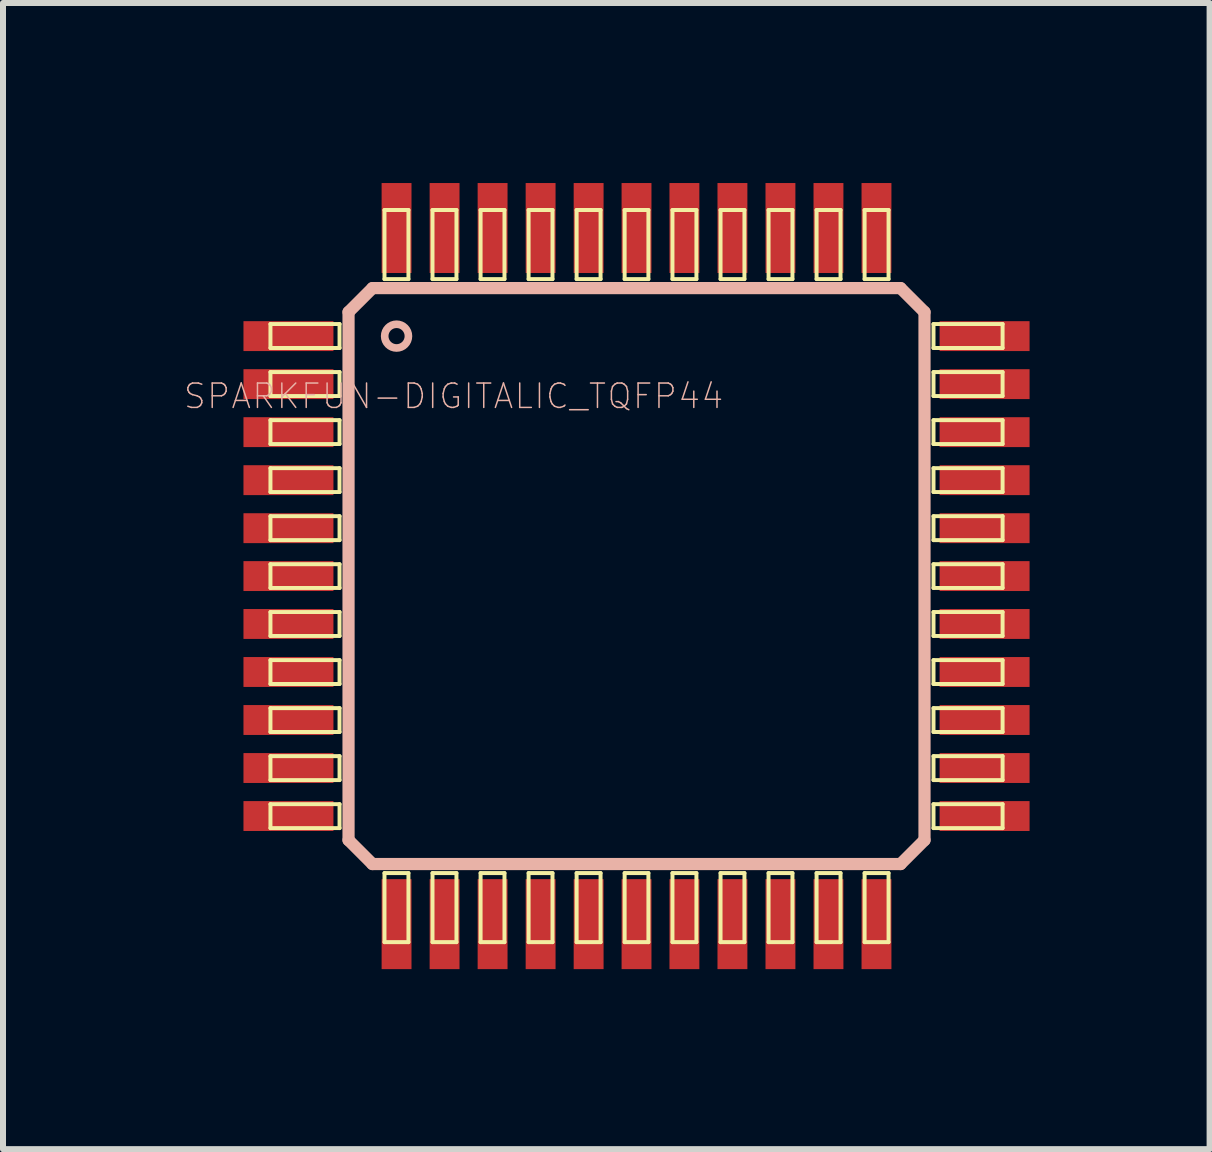
<source format=kicad_pcb>
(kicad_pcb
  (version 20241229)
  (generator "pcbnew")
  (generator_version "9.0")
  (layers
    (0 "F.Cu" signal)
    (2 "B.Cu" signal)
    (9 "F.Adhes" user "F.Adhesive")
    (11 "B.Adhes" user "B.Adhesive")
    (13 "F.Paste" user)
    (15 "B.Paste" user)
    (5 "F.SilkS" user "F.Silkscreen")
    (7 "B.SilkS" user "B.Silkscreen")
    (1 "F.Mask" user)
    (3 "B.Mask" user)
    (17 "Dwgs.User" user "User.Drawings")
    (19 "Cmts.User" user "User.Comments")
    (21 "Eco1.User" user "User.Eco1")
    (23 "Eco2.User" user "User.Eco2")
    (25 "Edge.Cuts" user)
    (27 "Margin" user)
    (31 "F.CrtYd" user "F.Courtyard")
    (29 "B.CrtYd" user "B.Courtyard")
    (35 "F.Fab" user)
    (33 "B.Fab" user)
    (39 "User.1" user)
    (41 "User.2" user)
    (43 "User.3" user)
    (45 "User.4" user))
  (footprint "SPARKFUN-DIGITALIC_TQFP44"
    (layer "F.Cu")
    (at 7.555 6.548)
    (property "Reference" "SPARKFUN-DIGITALIC_TQFP44" (at -3.048 -2.997 0) (layer "B.SilkS") (effects (font (size 0.406 0.406) (thickness 0.025))))
    (attr smd)
    (fp_line (start -6.099 -4.199) (end -4.948 -4.199) (stroke (width 0.066) (type solid)) (layer "F.SilkS"))
    (fp_line (start -6.099 -3.8) (end -6.099 -4.199) (stroke (width 0.066) (type solid)) (layer "F.SilkS"))
    (fp_line (start -6.099 -3.8) (end -4.948 -3.8) (stroke (width 0.066) (type solid)) (layer "F.SilkS"))
    (fp_line (start -6.099 -3.399) (end -4.948 -3.399) (stroke (width 0.066) (type solid)) (layer "F.SilkS"))
    (fp_line (start -6.099 -3) (end -6.099 -3.399) (stroke (width 0.066) (type solid)) (layer "F.SilkS"))
    (fp_line (start -6.099 -3) (end -4.948 -3) (stroke (width 0.066) (type solid)) (layer "F.SilkS"))
    (fp_line (start -6.099 -2.598) (end -4.948 -2.598) (stroke (width 0.066) (type solid)) (layer "F.SilkS"))
    (fp_line (start -6.099 -2.2) (end -6.099 -2.598) (stroke (width 0.066) (type solid)) (layer "F.SilkS"))
    (fp_line (start -6.099 -2.2) (end -4.948 -2.2) (stroke (width 0.066) (type solid)) (layer "F.SilkS"))
    (fp_line (start -6.099 -1.798) (end -4.948 -1.798) (stroke (width 0.066) (type solid)) (layer "F.SilkS"))
    (fp_line (start -6.099 -1.4) (end -6.099 -1.798) (stroke (width 0.066) (type solid)) (layer "F.SilkS"))
    (fp_line (start -6.099 -1.4) (end -4.948 -1.4) (stroke (width 0.066) (type solid)) (layer "F.SilkS"))
    (fp_line (start -6.099 -0.998) (end -4.948 -0.998) (stroke (width 0.066) (type solid)) (layer "F.SilkS"))
    (fp_line (start -6.099 -0.599) (end -6.099 -0.998) (stroke (width 0.066) (type solid)) (layer "F.SilkS"))
    (fp_line (start -6.099 -0.599) (end -4.948 -0.599) (stroke (width 0.066) (type solid)) (layer "F.SilkS"))
    (fp_line (start -6.099 -0.198) (end -4.948 -0.198) (stroke (width 0.066) (type solid)) (layer "F.SilkS"))
    (fp_line (start -6.099 0.198) (end -6.099 -0.198) (stroke (width 0.066) (type solid)) (layer "F.SilkS"))
    (fp_line (start -6.099 0.198) (end -4.948 0.198) (stroke (width 0.066) (type solid)) (layer "F.SilkS"))
    (fp_line (start -6.099 0.599) (end -4.948 0.599) (stroke (width 0.066) (type solid)) (layer "F.SilkS"))
    (fp_line (start -6.099 0.998) (end -6.099 0.599) (stroke (width 0.066) (type solid)) (layer "F.SilkS"))
    (fp_line (start -6.099 0.998) (end -4.948 0.998) (stroke (width 0.066) (type solid)) (layer "F.SilkS"))
    (fp_line (start -6.099 1.4) (end -4.948 1.4) (stroke (width 0.066) (type solid)) (layer "F.SilkS"))
    (fp_line (start -6.099 1.798) (end -6.099 1.4) (stroke (width 0.066) (type solid)) (layer "F.SilkS"))
    (fp_line (start -6.099 1.798) (end -4.948 1.798) (stroke (width 0.066) (type solid)) (layer "F.SilkS"))
    (fp_line (start -6.099 2.2) (end -4.948 2.2) (stroke (width 0.066) (type solid)) (layer "F.SilkS"))
    (fp_line (start -6.099 2.598) (end -6.099 2.2) (stroke (width 0.066) (type solid)) (layer "F.SilkS"))
    (fp_line (start -6.099 2.598) (end -4.948 2.598) (stroke (width 0.066) (type solid)) (layer "F.SilkS"))
    (fp_line (start -6.099 3) (end -4.948 3) (stroke (width 0.066) (type solid)) (layer "F.SilkS"))
    (fp_line (start -6.099 3.399) (end -6.099 3) (stroke (width 0.066) (type solid)) (layer "F.SilkS"))
    (fp_line (start -6.099 3.399) (end -4.948 3.399) (stroke (width 0.066) (type solid)) (layer "F.SilkS"))
    (fp_line (start -6.099 3.8) (end -4.948 3.8) (stroke (width 0.066) (type solid)) (layer "F.SilkS"))
    (fp_line (start -6.099 4.199) (end -6.099 3.8) (stroke (width 0.066) (type solid)) (layer "F.SilkS"))
    (fp_line (start -6.099 4.199) (end -4.948 4.199) (stroke (width 0.066) (type solid)) (layer "F.SilkS"))
    (fp_line (start -4.948 -3.8) (end -4.948 -4.199) (stroke (width 0.066) (type solid)) (layer "F.SilkS"))
    (fp_line (start -4.948 -3) (end -4.948 -3.399) (stroke (width 0.066) (type solid)) (layer "F.SilkS"))
    (fp_line (start -4.948 -2.2) (end -4.948 -2.598) (stroke (width 0.066) (type solid)) (layer "F.SilkS"))
    (fp_line (start -4.948 -1.4) (end -4.948 -1.798) (stroke (width 0.066) (type solid)) (layer "F.SilkS"))
    (fp_line (start -4.948 -0.599) (end -4.948 -0.998) (stroke (width 0.066) (type solid)) (layer "F.SilkS"))
    (fp_line (start -4.948 0.198) (end -4.948 -0.198) (stroke (width 0.066) (type solid)) (layer "F.SilkS"))
    (fp_line (start -4.948 0.998) (end -4.948 0.599) (stroke (width 0.066) (type solid)) (layer "F.SilkS"))
    (fp_line (start -4.948 1.798) (end -4.948 1.4) (stroke (width 0.066) (type solid)) (layer "F.SilkS"))
    (fp_line (start -4.948 2.598) (end -4.948 2.2) (stroke (width 0.066) (type solid)) (layer "F.SilkS"))
    (fp_line (start -4.948 3.399) (end -4.948 3) (stroke (width 0.066) (type solid)) (layer "F.SilkS"))
    (fp_line (start -4.948 4.199) (end -4.948 3.8) (stroke (width 0.066) (type solid)) (layer "F.SilkS"))
    (fp_line (start -4.199 -6.099) (end -3.8 -6.099) (stroke (width 0.066) (type solid)) (layer "F.SilkS"))
    (fp_line (start -4.199 -4.948) (end -4.199 -6.099) (stroke (width 0.066) (type solid)) (layer "F.SilkS"))
    (fp_line (start -4.199 -4.948) (end -3.8 -4.948) (stroke (width 0.066) (type solid)) (layer "F.SilkS"))
    (fp_line (start -4.199 4.948) (end -3.8 4.948) (stroke (width 0.066) (type solid)) (layer "F.SilkS"))
    (fp_line (start -4.199 6.099) (end -4.199 4.948) (stroke (width 0.066) (type solid)) (layer "F.SilkS"))
    (fp_line (start -4.199 6.099) (end -3.8 6.099) (stroke (width 0.066) (type solid)) (layer "F.SilkS"))
    (fp_line (start -3.8 -4.948) (end -3.8 -6.099) (stroke (width 0.066) (type solid)) (layer "F.SilkS"))
    (fp_line (start -3.8 6.099) (end -3.8 4.948) (stroke (width 0.066) (type solid)) (layer "F.SilkS"))
    (fp_line (start -3.399 -6.099) (end -3 -6.099) (stroke (width 0.066) (type solid)) (layer "F.SilkS"))
    (fp_line (start -3.399 -4.948) (end -3.399 -6.099) (stroke (width 0.066) (type solid)) (layer "F.SilkS"))
    (fp_line (start -3.399 -4.948) (end -3 -4.948) (stroke (width 0.066) (type solid)) (layer "F.SilkS"))
    (fp_line (start -3.399 4.948) (end -3 4.948) (stroke (width 0.066) (type solid)) (layer "F.SilkS"))
    (fp_line (start -3.399 6.099) (end -3.399 4.948) (stroke (width 0.066) (type solid)) (layer "F.SilkS"))
    (fp_line (start -3.399 6.099) (end -3 6.099) (stroke (width 0.066) (type solid)) (layer "F.SilkS"))
    (fp_line (start -3 -4.948) (end -3 -6.099) (stroke (width 0.066) (type solid)) (layer "F.SilkS"))
    (fp_line (start -3 6.099) (end -3 4.948) (stroke (width 0.066) (type solid)) (layer "F.SilkS"))
    (fp_line (start -2.598 -6.099) (end -2.2 -6.099) (stroke (width 0.066) (type solid)) (layer "F.SilkS"))
    (fp_line (start -2.598 -4.948) (end -2.598 -6.099) (stroke (width 0.066) (type solid)) (layer "F.SilkS"))
    (fp_line (start -2.598 -4.948) (end -2.2 -4.948) (stroke (width 0.066) (type solid)) (layer "F.SilkS"))
    (fp_line (start -2.598 4.948) (end -2.2 4.948) (stroke (width 0.066) (type solid)) (layer "F.SilkS"))
    (fp_line (start -2.598 6.099) (end -2.598 4.948) (stroke (width 0.066) (type solid)) (layer "F.SilkS"))
    (fp_line (start -2.598 6.099) (end -2.2 6.099) (stroke (width 0.066) (type solid)) (layer "F.SilkS"))
    (fp_line (start -2.2 -4.948) (end -2.2 -6.099) (stroke (width 0.066) (type solid)) (layer "F.SilkS"))
    (fp_line (start -2.2 6.099) (end -2.2 4.948) (stroke (width 0.066) (type solid)) (layer "F.SilkS"))
    (fp_line (start -1.798 -6.099) (end -1.4 -6.099) (stroke (width 0.066) (type solid)) (layer "F.SilkS"))
    (fp_line (start -1.798 -4.948) (end -1.798 -6.099) (stroke (width 0.066) (type solid)) (layer "F.SilkS"))
    (fp_line (start -1.798 -4.948) (end -1.4 -4.948) (stroke (width 0.066) (type solid)) (layer "F.SilkS"))
    (fp_line (start -1.798 4.948) (end -1.4 4.948) (stroke (width 0.066) (type solid)) (layer "F.SilkS"))
    (fp_line (start -1.798 6.099) (end -1.798 4.948) (stroke (width 0.066) (type solid)) (layer "F.SilkS"))
    (fp_line (start -1.798 6.099) (end -1.4 6.099) (stroke (width 0.066) (type solid)) (layer "F.SilkS"))
    (fp_line (start -1.4 -4.948) (end -1.4 -6.099) (stroke (width 0.066) (type solid)) (layer "F.SilkS"))
    (fp_line (start -1.4 6.099) (end -1.4 4.948) (stroke (width 0.066) (type solid)) (layer "F.SilkS"))
    (fp_line (start -0.998 -6.099) (end -0.599 -6.099) (stroke (width 0.066) (type solid)) (layer "F.SilkS"))
    (fp_line (start -0.998 -4.948) (end -0.998 -6.099) (stroke (width 0.066) (type solid)) (layer "F.SilkS"))
    (fp_line (start -0.998 -4.948) (end -0.599 -4.948) (stroke (width 0.066) (type solid)) (layer "F.SilkS"))
    (fp_line (start -0.998 4.948) (end -0.599 4.948) (stroke (width 0.066) (type solid)) (layer "F.SilkS"))
    (fp_line (start -0.998 6.099) (end -0.998 4.948) (stroke (width 0.066) (type solid)) (layer "F.SilkS"))
    (fp_line (start -0.998 6.099) (end -0.599 6.099) (stroke (width 0.066) (type solid)) (layer "F.SilkS"))
    (fp_line (start -0.599 -4.948) (end -0.599 -6.099) (stroke (width 0.066) (type solid)) (layer "F.SilkS"))
    (fp_line (start -0.599 6.099) (end -0.599 4.948) (stroke (width 0.066) (type solid)) (layer "F.SilkS"))
    (fp_line (start -0.198 -6.099) (end 0.198 -6.099) (stroke (width 0.066) (type solid)) (layer "F.SilkS"))
    (fp_line (start -0.198 -4.948) (end -0.198 -6.099) (stroke (width 0.066) (type solid)) (layer "F.SilkS"))
    (fp_line (start -0.198 -4.948) (end 0.198 -4.948) (stroke (width 0.066) (type solid)) (layer "F.SilkS"))
    (fp_line (start -0.198 4.948) (end 0.198 4.948) (stroke (width 0.066) (type solid)) (layer "F.SilkS"))
    (fp_line (start -0.198 6.099) (end -0.198 4.948) (stroke (width 0.066) (type solid)) (layer "F.SilkS"))
    (fp_line (start -0.198 6.099) (end 0.198 6.099) (stroke (width 0.066) (type solid)) (layer "F.SilkS"))
    (fp_line (start 0.198 -4.948) (end 0.198 -6.099) (stroke (width 0.066) (type solid)) (layer "F.SilkS"))
    (fp_line (start 0.198 6.099) (end 0.198 4.948) (stroke (width 0.066) (type solid)) (layer "F.SilkS"))
    (fp_line (start 0.599 -6.099) (end 0.998 -6.099) (stroke (width 0.066) (type solid)) (layer "F.SilkS"))
    (fp_line (start 0.599 -4.948) (end 0.599 -6.099) (stroke (width 0.066) (type solid)) (layer "F.SilkS"))
    (fp_line (start 0.599 -4.948) (end 0.998 -4.948) (stroke (width 0.066) (type solid)) (layer "F.SilkS"))
    (fp_line (start 0.599 4.948) (end 0.998 4.948) (stroke (width 0.066) (type solid)) (layer "F.SilkS"))
    (fp_line (start 0.599 6.099) (end 0.599 4.948) (stroke (width 0.066) (type solid)) (layer "F.SilkS"))
    (fp_line (start 0.599 6.099) (end 0.998 6.099) (stroke (width 0.066) (type solid)) (layer "F.SilkS"))
    (fp_line (start 0.998 -4.948) (end 0.998 -6.099) (stroke (width 0.066) (type solid)) (layer "F.SilkS"))
    (fp_line (start 0.998 6.099) (end 0.998 4.948) (stroke (width 0.066) (type solid)) (layer "F.SilkS"))
    (fp_line (start 1.4 -6.099) (end 1.798 -6.099) (stroke (width 0.066) (type solid)) (layer "F.SilkS"))
    (fp_line (start 1.4 -4.948) (end 1.4 -6.099) (stroke (width 0.066) (type solid)) (layer "F.SilkS"))
    (fp_line (start 1.4 -4.948) (end 1.798 -4.948) (stroke (width 0.066) (type solid)) (layer "F.SilkS"))
    (fp_line (start 1.4 4.948) (end 1.798 4.948) (stroke (width 0.066) (type solid)) (layer "F.SilkS"))
    (fp_line (start 1.4 6.099) (end 1.4 4.948) (stroke (width 0.066) (type solid)) (layer "F.SilkS"))
    (fp_line (start 1.4 6.099) (end 1.798 6.099) (stroke (width 0.066) (type solid)) (layer "F.SilkS"))
    (fp_line (start 1.798 -4.948) (end 1.798 -6.099) (stroke (width 0.066) (type solid)) (layer "F.SilkS"))
    (fp_line (start 1.798 6.099) (end 1.798 4.948) (stroke (width 0.066) (type solid)) (layer "F.SilkS"))
    (fp_line (start 2.2 -6.099) (end 2.598 -6.099) (stroke (width 0.066) (type solid)) (layer "F.SilkS"))
    (fp_line (start 2.2 -4.948) (end 2.2 -6.099) (stroke (width 0.066) (type solid)) (layer "F.SilkS"))
    (fp_line (start 2.2 -4.948) (end 2.598 -4.948) (stroke (width 0.066) (type solid)) (layer "F.SilkS"))
    (fp_line (start 2.2 4.948) (end 2.598 4.948) (stroke (width 0.066) (type solid)) (layer "F.SilkS"))
    (fp_line (start 2.2 6.099) (end 2.2 4.948) (stroke (width 0.066) (type solid)) (layer "F.SilkS"))
    (fp_line (start 2.2 6.099) (end 2.598 6.099) (stroke (width 0.066) (type solid)) (layer "F.SilkS"))
    (fp_line (start 2.598 -4.948) (end 2.598 -6.099) (stroke (width 0.066) (type solid)) (layer "F.SilkS"))
    (fp_line (start 2.598 6.099) (end 2.598 4.948) (stroke (width 0.066) (type solid)) (layer "F.SilkS"))
    (fp_line (start 3 -6.099) (end 3.399 -6.099) (stroke (width 0.066) (type solid)) (layer "F.SilkS"))
    (fp_line (start 3 -4.948) (end 3 -6.099) (stroke (width 0.066) (type solid)) (layer "F.SilkS"))
    (fp_line (start 3 -4.948) (end 3.399 -4.948) (stroke (width 0.066) (type solid)) (layer "F.SilkS"))
    (fp_line (start 3 4.948) (end 3.399 4.948) (stroke (width 0.066) (type solid)) (layer "F.SilkS"))
    (fp_line (start 3 6.099) (end 3 4.948) (stroke (width 0.066) (type solid)) (layer "F.SilkS"))
    (fp_line (start 3 6.099) (end 3.399 6.099) (stroke (width 0.066) (type solid)) (layer "F.SilkS"))
    (fp_line (start 3.399 -4.948) (end 3.399 -6.099) (stroke (width 0.066) (type solid)) (layer "F.SilkS"))
    (fp_line (start 3.399 6.099) (end 3.399 4.948) (stroke (width 0.066) (type solid)) (layer "F.SilkS"))
    (fp_line (start 3.8 -6.099) (end 4.199 -6.099) (stroke (width 0.066) (type solid)) (layer "F.SilkS"))
    (fp_line (start 3.8 -4.948) (end 3.8 -6.099) (stroke (width 0.066) (type solid)) (layer "F.SilkS"))
    (fp_line (start 3.8 -4.948) (end 4.199 -4.948) (stroke (width 0.066) (type solid)) (layer "F.SilkS"))
    (fp_line (start 3.8 4.948) (end 4.199 4.948) (stroke (width 0.066) (type solid)) (layer "F.SilkS"))
    (fp_line (start 3.8 6.099) (end 3.8 4.948) (stroke (width 0.066) (type solid)) (layer "F.SilkS"))
    (fp_line (start 3.8 6.099) (end 4.199 6.099) (stroke (width 0.066) (type solid)) (layer "F.SilkS"))
    (fp_line (start 4.199 -4.948) (end 4.199 -6.099) (stroke (width 0.066) (type solid)) (layer "F.SilkS"))
    (fp_line (start 4.199 6.099) (end 4.199 4.948) (stroke (width 0.066) (type solid)) (layer "F.SilkS"))
    (fp_line (start 4.948 -4.199) (end 6.099 -4.199) (stroke (width 0.066) (type solid)) (layer "F.SilkS"))
    (fp_line (start 4.948 -3.8) (end 4.948 -4.199) (stroke (width 0.066) (type solid)) (layer "F.SilkS"))
    (fp_line (start 4.948 -3.8) (end 6.099 -3.8) (stroke (width 0.066) (type solid)) (layer "F.SilkS"))
    (fp_line (start 4.948 -3.399) (end 6.099 -3.399) (stroke (width 0.066) (type solid)) (layer "F.SilkS"))
    (fp_line (start 4.948 -3) (end 4.948 -3.399) (stroke (width 0.066) (type solid)) (layer "F.SilkS"))
    (fp_line (start 4.948 -3) (end 6.099 -3) (stroke (width 0.066) (type solid)) (layer "F.SilkS"))
    (fp_line (start 4.948 -2.598) (end 6.099 -2.598) (stroke (width 0.066) (type solid)) (layer "F.SilkS"))
    (fp_line (start 4.948 -2.2) (end 4.948 -2.598) (stroke (width 0.066) (type solid)) (layer "F.SilkS"))
    (fp_line (start 4.948 -2.2) (end 6.099 -2.2) (stroke (width 0.066) (type solid)) (layer "F.SilkS"))
    (fp_line (start 4.948 -1.798) (end 6.099 -1.798) (stroke (width 0.066) (type solid)) (layer "F.SilkS"))
    (fp_line (start 4.948 -1.4) (end 4.948 -1.798) (stroke (width 0.066) (type solid)) (layer "F.SilkS"))
    (fp_line (start 4.948 -1.4) (end 6.099 -1.4) (stroke (width 0.066) (type solid)) (layer "F.SilkS"))
    (fp_line (start 4.948 -0.998) (end 6.099 -0.998) (stroke (width 0.066) (type solid)) (layer "F.SilkS"))
    (fp_line (start 4.948 -0.599) (end 4.948 -0.998) (stroke (width 0.066) (type solid)) (layer "F.SilkS"))
    (fp_line (start 4.948 -0.599) (end 6.099 -0.599) (stroke (width 0.066) (type solid)) (layer "F.SilkS"))
    (fp_line (start 4.948 -0.198) (end 6.099 -0.198) (stroke (width 0.066) (type solid)) (layer "F.SilkS"))
    (fp_line (start 4.948 0.198) (end 4.948 -0.198) (stroke (width 0.066) (type solid)) (layer "F.SilkS"))
    (fp_line (start 4.948 0.198) (end 6.099 0.198) (stroke (width 0.066) (type solid)) (layer "F.SilkS"))
    (fp_line (start 4.948 0.599) (end 6.099 0.599) (stroke (width 0.066) (type solid)) (layer "F.SilkS"))
    (fp_line (start 4.948 0.998) (end 4.948 0.599) (stroke (width 0.066) (type solid)) (layer "F.SilkS"))
    (fp_line (start 4.948 0.998) (end 6.099 0.998) (stroke (width 0.066) (type solid)) (layer "F.SilkS"))
    (fp_line (start 4.948 1.4) (end 6.099 1.4) (stroke (width 0.066) (type solid)) (layer "F.SilkS"))
    (fp_line (start 4.948 1.798) (end 4.948 1.4) (stroke (width 0.066) (type solid)) (layer "F.SilkS"))
    (fp_line (start 4.948 1.798) (end 6.099 1.798) (stroke (width 0.066) (type solid)) (layer "F.SilkS"))
    (fp_line (start 4.948 2.2) (end 6.099 2.2) (stroke (width 0.066) (type solid)) (layer "F.SilkS"))
    (fp_line (start 4.948 2.598) (end 4.948 2.2) (stroke (width 0.066) (type solid)) (layer "F.SilkS"))
    (fp_line (start 4.948 2.598) (end 6.099 2.598) (stroke (width 0.066) (type solid)) (layer "F.SilkS"))
    (fp_line (start 4.948 3) (end 6.099 3) (stroke (width 0.066) (type solid)) (layer "F.SilkS"))
    (fp_line (start 4.948 3.399) (end 4.948 3) (stroke (width 0.066) (type solid)) (layer "F.SilkS"))
    (fp_line (start 4.948 3.399) (end 6.099 3.399) (stroke (width 0.066) (type solid)) (layer "F.SilkS"))
    (fp_line (start 4.948 3.8) (end 6.099 3.8) (stroke (width 0.066) (type solid)) (layer "F.SilkS"))
    (fp_line (start 4.948 4.199) (end 4.948 3.8) (stroke (width 0.066) (type solid)) (layer "F.SilkS"))
    (fp_line (start 4.948 4.199) (end 6.099 4.199) (stroke (width 0.066) (type solid)) (layer "F.SilkS"))
    (fp_line (start 6.099 -3.8) (end 6.099 -4.199) (stroke (width 0.066) (type solid)) (layer "F.SilkS"))
    (fp_line (start 6.099 -3) (end 6.099 -3.399) (stroke (width 0.066) (type solid)) (layer "F.SilkS"))
    (fp_line (start 6.099 -2.2) (end 6.099 -2.598) (stroke (width 0.066) (type solid)) (layer "F.SilkS"))
    (fp_line (start 6.099 -1.4) (end 6.099 -1.798) (stroke (width 0.066) (type solid)) (layer "F.SilkS"))
    (fp_line (start 6.099 -0.599) (end 6.099 -0.998) (stroke (width 0.066) (type solid)) (layer "F.SilkS"))
    (fp_line (start 6.099 0.198) (end 6.099 -0.198) (stroke (width 0.066) (type solid)) (layer "F.SilkS"))
    (fp_line (start 6.099 0.998) (end 6.099 0.599) (stroke (width 0.066) (type solid)) (layer "F.SilkS"))
    (fp_line (start 6.099 1.798) (end 6.099 1.4) (stroke (width 0.066) (type solid)) (layer "F.SilkS"))
    (fp_line (start 6.099 2.598) (end 6.099 2.2) (stroke (width 0.066) (type solid)) (layer "F.SilkS"))
    (fp_line (start 6.099 3.399) (end 6.099 3) (stroke (width 0.066) (type solid)) (layer "F.SilkS"))
    (fp_line (start 6.099 4.199) (end 6.099 3.8) (stroke (width 0.066) (type solid)) (layer "F.SilkS"))
    (fp_line (start -4.798 -4.399) (end -4.399 -4.798) (stroke (width 0.203) (type solid)) (layer "B.SilkS"))
    (fp_line (start -4.798 4.399) (end -4.798 -4.399) (stroke (width 0.203) (type solid)) (layer "B.SilkS"))
    (fp_line (start -4.399 -4.798) (end 4.399 -4.798) (stroke (width 0.203) (type solid)) (layer "B.SilkS"))
    (fp_line (start -4.399 4.798) (end -4.798 4.399) (stroke (width 0.203) (type solid)) (layer "B.SilkS"))
    (fp_line (start 4.399 -4.798) (end 4.798 -4.399) (stroke (width 0.203) (type solid)) (layer "B.SilkS"))
    (fp_line (start 4.399 4.798) (end -4.399 4.798) (stroke (width 0.203) (type solid)) (layer "B.SilkS"))
    (fp_line (start 4.798 -4.399) (end 4.798 4.399) (stroke (width 0.203) (type solid)) (layer "B.SilkS"))
    (fp_line (start 4.798 4.399) (end 4.399 4.798) (stroke (width 0.203) (type solid)) (layer "B.SilkS"))
    (fp_circle (center -3.998 -3.998) (end -4.138 -4.138) (stroke (width 0.127) (type solid)) (fill no) (layer "B.SilkS"))
    (pad "1" smd rect (at -5.799 -3.998) (size 1.499 0.498) (layers "F.Cu" "F.Mask" "F.Paste"))
    (pad "2" smd rect (at -5.799 -3.198) (size 1.499 0.498) (layers "F.Cu" "F.Mask" "F.Paste"))
    (pad "3" smd rect (at -5.799 -2.398) (size 1.499 0.498) (layers "F.Cu" "F.Mask" "F.Paste"))
    (pad "4" smd rect (at -5.799 -1.598) (size 1.499 0.498) (layers "F.Cu" "F.Mask" "F.Paste"))
    (pad "5" smd rect (at -5.799 -0.798) (size 1.499 0.498) (layers "F.Cu" "F.Mask" "F.Paste"))
    (pad "6" smd rect (at -5.799 0) (size 1.499 0.498) (layers "F.Cu" "F.Mask" "F.Paste"))
    (pad "7" smd rect (at -5.799 0.798) (size 1.499 0.498) (layers "F.Cu" "F.Mask" "F.Paste"))
    (pad "8" smd rect (at -5.799 1.598) (size 1.499 0.498) (layers "F.Cu" "F.Mask" "F.Paste"))
    (pad "9" smd rect (at -5.799 2.398) (size 1.499 0.498) (layers "F.Cu" "F.Mask" "F.Paste"))
    (pad "10" smd rect (at -5.799 3.198) (size 1.499 0.498) (layers "F.Cu" "F.Mask" "F.Paste"))
    (pad "11" smd rect (at -5.799 3.998) (size 1.499 0.498) (layers "F.Cu" "F.Mask" "F.Paste"))
    (pad "12" smd rect (at -3.998 5.799) (size 0.498 1.499) (layers "F.Cu" "F.Mask" "F.Paste"))
    (pad "13" smd rect (at -3.198 5.799) (size 0.498 1.499) (layers "F.Cu" "F.Mask" "F.Paste"))
    (pad "14" smd rect (at -2.398 5.799) (size 0.498 1.499) (layers "F.Cu" "F.Mask" "F.Paste"))
    (pad "15" smd rect (at -1.598 5.799) (size 0.498 1.499) (layers "F.Cu" "F.Mask" "F.Paste"))
    (pad "16" smd rect (at -0.798 5.799) (size 0.498 1.499) (layers "F.Cu" "F.Mask" "F.Paste"))
    (pad "17" smd rect (at 0 5.799) (size 0.498 1.499) (layers "F.Cu" "F.Mask" "F.Paste"))
    (pad "18" smd rect (at 0.798 5.799) (size 0.498 1.499) (layers "F.Cu" "F.Mask" "F.Paste"))
    (pad "19" smd rect (at 1.598 5.799) (size 0.498 1.499) (layers "F.Cu" "F.Mask" "F.Paste"))
    (pad "20" smd rect (at 2.398 5.799) (size 0.498 1.499) (layers "F.Cu" "F.Mask" "F.Paste"))
    (pad "21" smd rect (at 3.198 5.799) (size 0.498 1.499) (layers "F.Cu" "F.Mask" "F.Paste"))
    (pad "22" smd rect (at 3.998 5.799) (size 0.498 1.499) (layers "F.Cu" "F.Mask" "F.Paste"))
    (pad "23" smd rect (at 5.799 3.998) (size 1.499 0.498) (layers "F.Cu" "F.Mask" "F.Paste"))
    (pad "24" smd rect (at 5.799 3.198) (size 1.499 0.498) (layers "F.Cu" "F.Mask" "F.Paste"))
    (pad "25" smd rect (at 5.799 2.398) (size 1.499 0.498) (layers "F.Cu" "F.Mask" "F.Paste"))
    (pad "26" smd rect (at 5.799 1.598) (size 1.499 0.498) (layers "F.Cu" "F.Mask" "F.Paste"))
    (pad "27" smd rect (at 5.799 0.798) (size 1.499 0.498) (layers "F.Cu" "F.Mask" "F.Paste"))
    (pad "28" smd rect (at 5.799 0) (size 1.499 0.498) (layers "F.Cu" "F.Mask" "F.Paste"))
    (pad "29" smd rect (at 5.799 -0.798) (size 1.499 0.498) (layers "F.Cu" "F.Mask" "F.Paste"))
    (pad "30" smd rect (at 5.799 -1.598) (size 1.499 0.498) (layers "F.Cu" "F.Mask" "F.Paste"))
    (pad "31" smd rect (at 5.799 -2.398) (size 1.499 0.498) (layers "F.Cu" "F.Mask" "F.Paste"))
    (pad "32" smd rect (at 5.799 -3.198) (size 1.499 0.498) (layers "F.Cu" "F.Mask" "F.Paste"))
    (pad "33" smd rect (at 5.799 -3.998) (size 1.499 0.498) (layers "F.Cu" "F.Mask" "F.Paste"))
    (pad "34" smd rect (at 3.998 -5.799) (size 0.498 1.499) (layers "F.Cu" "F.Mask" "F.Paste"))
    (pad "35" smd rect (at 3.198 -5.799) (size 0.498 1.499) (layers "F.Cu" "F.Mask" "F.Paste"))
    (pad "36" smd rect (at 2.398 -5.799) (size 0.498 1.499) (layers "F.Cu" "F.Mask" "F.Paste"))
    (pad "37" smd rect (at 1.598 -5.799) (size 0.498 1.499) (layers "F.Cu" "F.Mask" "F.Paste"))
    (pad "38" smd rect (at 0.798 -5.799) (size 0.498 1.499) (layers "F.Cu" "F.Mask" "F.Paste"))
    (pad "39" smd rect (at 0 -5.799) (size 0.498 1.499) (layers "F.Cu" "F.Mask" "F.Paste"))
    (pad "40" smd rect (at -0.798 -5.799) (size 0.498 1.499) (layers "F.Cu" "F.Mask" "F.Paste"))
    (pad "41" smd rect (at -1.598 -5.799) (size 0.498 1.499) (layers "F.Cu" "F.Mask" "F.Paste"))
    (pad "42" smd rect (at -2.398 -5.799) (size 0.498 1.499) (layers "F.Cu" "F.Mask" "F.Paste"))
    (pad "43" smd rect (at -3.198 -5.799) (size 0.498 1.499) (layers "F.Cu" "F.Mask" "F.Paste"))
    (pad "44" smd rect (at -3.998 -5.799) (size 0.498 1.499) (layers "F.Cu" "F.Mask" "F.Paste")))
  (gr_rect
    (start -3 -3)
    (end 17.103 16.096)
    (stroke (width 0.1) (type default))
    (fill no)
    (layer "Edge.Cuts")))
</source>
